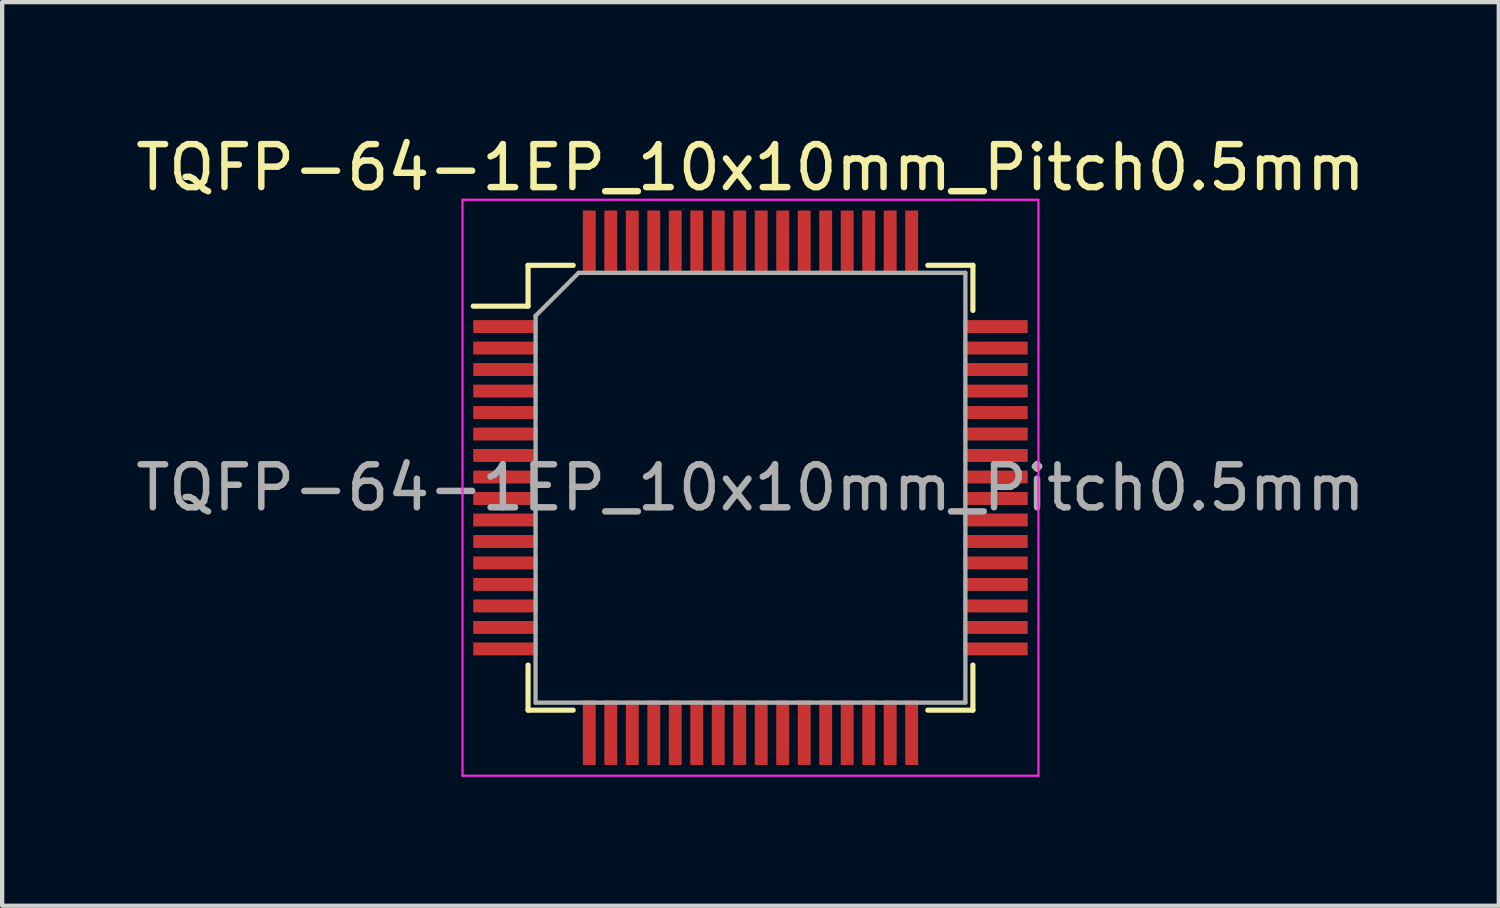
<source format=kicad_pcb>
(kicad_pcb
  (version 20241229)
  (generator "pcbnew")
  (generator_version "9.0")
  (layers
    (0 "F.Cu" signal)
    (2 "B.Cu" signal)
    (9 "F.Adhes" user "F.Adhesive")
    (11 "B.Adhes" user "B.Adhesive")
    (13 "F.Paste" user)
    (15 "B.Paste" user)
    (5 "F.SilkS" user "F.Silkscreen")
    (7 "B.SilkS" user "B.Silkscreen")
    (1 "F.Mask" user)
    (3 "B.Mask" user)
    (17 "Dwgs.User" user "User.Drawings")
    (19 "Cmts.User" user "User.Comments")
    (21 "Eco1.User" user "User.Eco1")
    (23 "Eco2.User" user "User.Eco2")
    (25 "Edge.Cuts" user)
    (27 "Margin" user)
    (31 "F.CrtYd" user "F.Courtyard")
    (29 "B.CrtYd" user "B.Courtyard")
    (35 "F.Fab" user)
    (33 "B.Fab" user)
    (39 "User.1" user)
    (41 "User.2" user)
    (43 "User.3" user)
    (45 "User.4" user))
  (footprint "TQFP-64-1EP_10x10mm_Pitch0.5mm"
    (layer "F.Cu")
    (at 14.411 8.298)
    (property "Reference" "TQFP-64-1EP_10x10mm_Pitch0.5mm" (at 0 -7.45 0) (layer "F.SilkS") (effects (font (size 1 1) (thickness 0.15))))
    (attr smd)
    (fp_line (start -5.175 -5.175) (end -5.175 -4.225) (stroke (width 0.12) (type solid)) (layer "F.SilkS"))
    (fp_line (start -5.175 -5.175) (end -4.125 -5.175) (stroke (width 0.12) (type solid)) (layer "F.SilkS"))
    (fp_line (start -5.175 -4.225) (end -6.45 -4.225) (stroke (width 0.12) (type solid)) (layer "F.SilkS"))
    (fp_line (start -5.175 5.175) (end -5.175 4.125) (stroke (width 0.12) (type solid)) (layer "F.SilkS"))
    (fp_line (start -5.175 5.175) (end -4.125 5.175) (stroke (width 0.12) (type solid)) (layer "F.SilkS"))
    (fp_line (start 5.175 -5.175) (end 4.125 -5.175) (stroke (width 0.12) (type solid)) (layer "F.SilkS"))
    (fp_line (start 5.175 -5.175) (end 5.175 -4.125) (stroke (width 0.12) (type solid)) (layer "F.SilkS"))
    (fp_line (start 5.175 5.175) (end 4.125 5.175) (stroke (width 0.12) (type solid)) (layer "F.SilkS"))
    (fp_line (start 5.175 5.175) (end 5.175 4.125) (stroke (width 0.12) (type solid)) (layer "F.SilkS"))
    (fp_line (start -6.7 -6.7) (end -6.7 6.7) (stroke (width 0.05) (type solid)) (layer "F.CrtYd"))
    (fp_line (start -6.7 -6.7) (end 6.7 -6.7) (stroke (width 0.05) (type solid)) (layer "F.CrtYd"))
    (fp_line (start -6.7 6.7) (end 6.7 6.7) (stroke (width 0.05) (type solid)) (layer "F.CrtYd"))
    (fp_line (start 6.7 -6.7) (end 6.7 6.7) (stroke (width 0.05) (type solid)) (layer "F.CrtYd"))
    (fp_line (start -5 -4) (end -4 -5) (stroke (width 0.1) (type solid)) (layer "F.Fab"))
    (fp_line (start -5 5) (end -5 -4) (stroke (width 0.1) (type solid)) (layer "F.Fab"))
    (fp_line (start -4 -5) (end 5 -5) (stroke (width 0.1) (type solid)) (layer "F.Fab"))
    (fp_line (start 5 -5) (end 5 5) (stroke (width 0.1) (type solid)) (layer "F.Fab"))
    (fp_line (start 5 5) (end -5 5) (stroke (width 0.1) (type solid)) (layer "F.Fab"))
    (fp_text user "${REFERENCE}" (at 0 0 0) (layer "F.Fab") (effects (font (size 1 1) (thickness 0.15))))
    (pad "1" smd rect (at -5.7 -3.75) (size 1.5 0.3) (layers "F.Cu" "F.Mask" "F.Paste"))
    (pad "2" smd rect (at -5.7 -3.25) (size 1.5 0.3) (layers "F.Cu" "F.Mask" "F.Paste"))
    (pad "3" smd rect (at -5.7 -2.75) (size 1.5 0.3) (layers "F.Cu" "F.Mask" "F.Paste"))
    (pad "4" smd rect (at -5.7 -2.25) (size 1.5 0.3) (layers "F.Cu" "F.Mask" "F.Paste"))
    (pad "5" smd rect (at -5.7 -1.75) (size 1.5 0.3) (layers "F.Cu" "F.Mask" "F.Paste"))
    (pad "6" smd rect (at -5.7 -1.25) (size 1.5 0.3) (layers "F.Cu" "F.Mask" "F.Paste"))
    (pad "7" smd rect (at -5.7 -0.75) (size 1.5 0.3) (layers "F.Cu" "F.Mask" "F.Paste"))
    (pad "8" smd rect (at -5.7 -0.25) (size 1.5 0.3) (layers "F.Cu" "F.Mask" "F.Paste"))
    (pad "9" smd rect (at -5.7 0.25) (size 1.5 0.3) (layers "F.Cu" "F.Mask" "F.Paste"))
    (pad "10" smd rect (at -5.7 0.75) (size 1.5 0.3) (layers "F.Cu" "F.Mask" "F.Paste"))
    (pad "11" smd rect (at -5.7 1.25) (size 1.5 0.3) (layers "F.Cu" "F.Mask" "F.Paste"))
    (pad "12" smd rect (at -5.7 1.75) (size 1.5 0.3) (layers "F.Cu" "F.Mask" "F.Paste"))
    (pad "13" smd rect (at -5.7 2.25) (size 1.5 0.3) (layers "F.Cu" "F.Mask" "F.Paste"))
    (pad "14" smd rect (at -5.7 2.75) (size 1.5 0.3) (layers "F.Cu" "F.Mask" "F.Paste"))
    (pad "15" smd rect (at -5.7 3.25) (size 1.5 0.3) (layers "F.Cu" "F.Mask" "F.Paste"))
    (pad "16" smd rect (at -5.7 3.75) (size 1.5 0.3) (layers "F.Cu" "F.Mask" "F.Paste"))
    (pad "17" smd rect (at -3.75 5.7 90) (size 1.5 0.3) (layers "F.Cu" "F.Mask" "F.Paste"))
    (pad "18" smd rect (at -3.25 5.7 90) (size 1.5 0.3) (layers "F.Cu" "F.Mask" "F.Paste"))
    (pad "19" smd rect (at -2.75 5.7 90) (size 1.5 0.3) (layers "F.Cu" "F.Mask" "F.Paste"))
    (pad "20" smd rect (at -2.25 5.7 90) (size 1.5 0.3) (layers "F.Cu" "F.Mask" "F.Paste"))
    (pad "21" smd rect (at -1.75 5.7 90) (size 1.5 0.3) (layers "F.Cu" "F.Mask" "F.Paste"))
    (pad "22" smd rect (at -1.25 5.7 90) (size 1.5 0.3) (layers "F.Cu" "F.Mask" "F.Paste"))
    (pad "23" smd rect (at -0.75 5.7 90) (size 1.5 0.3) (layers "F.Cu" "F.Mask" "F.Paste"))
    (pad "24" smd rect (at -0.25 5.7 90) (size 1.5 0.3) (layers "F.Cu" "F.Mask" "F.Paste"))
    (pad "25" smd rect (at 0.25 5.7 90) (size 1.5 0.3) (layers "F.Cu" "F.Mask" "F.Paste"))
    (pad "26" smd rect (at 0.75 5.7 90) (size 1.5 0.3) (layers "F.Cu" "F.Mask" "F.Paste"))
    (pad "27" smd rect (at 1.25 5.7 90) (size 1.5 0.3) (layers "F.Cu" "F.Mask" "F.Paste"))
    (pad "28" smd rect (at 1.75 5.7 90) (size 1.5 0.3) (layers "F.Cu" "F.Mask" "F.Paste"))
    (pad "29" smd rect (at 2.25 5.7 90) (size 1.5 0.3) (layers "F.Cu" "F.Mask" "F.Paste"))
    (pad "30" smd rect (at 2.75 5.7 90) (size 1.5 0.3) (layers "F.Cu" "F.Mask" "F.Paste"))
    (pad "31" smd rect (at 3.25 5.7 90) (size 1.5 0.3) (layers "F.Cu" "F.Mask" "F.Paste"))
    (pad "32" smd rect (at 3.75 5.7 90) (size 1.5 0.3) (layers "F.Cu" "F.Mask" "F.Paste"))
    (pad "33" smd rect (at 5.7 3.75) (size 1.5 0.3) (layers "F.Cu" "F.Mask" "F.Paste"))
    (pad "34" smd rect (at 5.7 3.25) (size 1.5 0.3) (layers "F.Cu" "F.Mask" "F.Paste"))
    (pad "35" smd rect (at 5.7 2.75) (size 1.5 0.3) (layers "F.Cu" "F.Mask" "F.Paste"))
    (pad "36" smd rect (at 5.7 2.25) (size 1.5 0.3) (layers "F.Cu" "F.Mask" "F.Paste"))
    (pad "37" smd rect (at 5.7 1.75) (size 1.5 0.3) (layers "F.Cu" "F.Mask" "F.Paste"))
    (pad "38" smd rect (at 5.7 1.25) (size 1.5 0.3) (layers "F.Cu" "F.Mask" "F.Paste"))
    (pad "39" smd rect (at 5.7 0.75) (size 1.5 0.3) (layers "F.Cu" "F.Mask" "F.Paste"))
    (pad "40" smd rect (at 5.7 0.25) (size 1.5 0.3) (layers "F.Cu" "F.Mask" "F.Paste"))
    (pad "41" smd rect (at 5.7 -0.25) (size 1.5 0.3) (layers "F.Cu" "F.Mask" "F.Paste"))
    (pad "42" smd rect (at 5.7 -0.75) (size 1.5 0.3) (layers "F.Cu" "F.Mask" "F.Paste"))
    (pad "43" smd rect (at 5.7 -1.25) (size 1.5 0.3) (layers "F.Cu" "F.Mask" "F.Paste"))
    (pad "44" smd rect (at 5.7 -1.75) (size 1.5 0.3) (layers "F.Cu" "F.Mask" "F.Paste"))
    (pad "45" smd rect (at 5.7 -2.25) (size 1.5 0.3) (layers "F.Cu" "F.Mask" "F.Paste"))
    (pad "46" smd rect (at 5.7 -2.75) (size 1.5 0.3) (layers "F.Cu" "F.Mask" "F.Paste"))
    (pad "47" smd rect (at 5.7 -3.25) (size 1.5 0.3) (layers "F.Cu" "F.Mask" "F.Paste"))
    (pad "48" smd rect (at 5.7 -3.75) (size 1.5 0.3) (layers "F.Cu" "F.Mask" "F.Paste"))
    (pad "49" smd rect (at 3.75 -5.7 90) (size 1.5 0.3) (layers "F.Cu" "F.Mask" "F.Paste"))
    (pad "50" smd rect (at 3.25 -5.7 90) (size 1.5 0.3) (layers "F.Cu" "F.Mask" "F.Paste"))
    (pad "51" smd rect (at 2.75 -5.7 90) (size 1.5 0.3) (layers "F.Cu" "F.Mask" "F.Paste"))
    (pad "52" smd rect (at 2.25 -5.7 90) (size 1.5 0.3) (layers "F.Cu" "F.Mask" "F.Paste"))
    (pad "53" smd rect (at 1.75 -5.7 90) (size 1.5 0.3) (layers "F.Cu" "F.Mask" "F.Paste"))
    (pad "54" smd rect (at 1.25 -5.7 90) (size 1.5 0.3) (layers "F.Cu" "F.Mask" "F.Paste"))
    (pad "55" smd rect (at 0.75 -5.7 90) (size 1.5 0.3) (layers "F.Cu" "F.Mask" "F.Paste"))
    (pad "56" smd rect (at 0.25 -5.7 90) (size 1.5 0.3) (layers "F.Cu" "F.Mask" "F.Paste"))
    (pad "57" smd rect (at -0.25 -5.7 90) (size 1.5 0.3) (layers "F.Cu" "F.Mask" "F.Paste"))
    (pad "58" smd rect (at -0.75 -5.7 90) (size 1.5 0.3) (layers "F.Cu" "F.Mask" "F.Paste"))
    (pad "59" smd rect (at -1.25 -5.7 90) (size 1.5 0.3) (layers "F.Cu" "F.Mask" "F.Paste"))
    (pad "60" smd rect (at -1.75 -5.7 90) (size 1.5 0.3) (layers "F.Cu" "F.Mask" "F.Paste"))
    (pad "61" smd rect (at -2.25 -5.7 90) (size 1.5 0.3) (layers "F.Cu" "F.Mask" "F.Paste"))
    (pad "62" smd rect (at -2.75 -5.7 90) (size 1.5 0.3) (layers "F.Cu" "F.Mask" "F.Paste"))
    (pad "63" smd rect (at -3.25 -5.7 90) (size 1.5 0.3) (layers "F.Cu" "F.Mask" "F.Paste"))
    (pad "64" smd rect (at -3.75 -5.7 90) (size 1.5 0.3) (layers "F.Cu" "F.Mask" "F.Paste")))
  (gr_rect
    (start -3 -3)
    (end 31.821 18.023)
    (stroke (width 0.1) (type default))
    (fill no)
    (layer "Edge.Cuts")))
</source>
